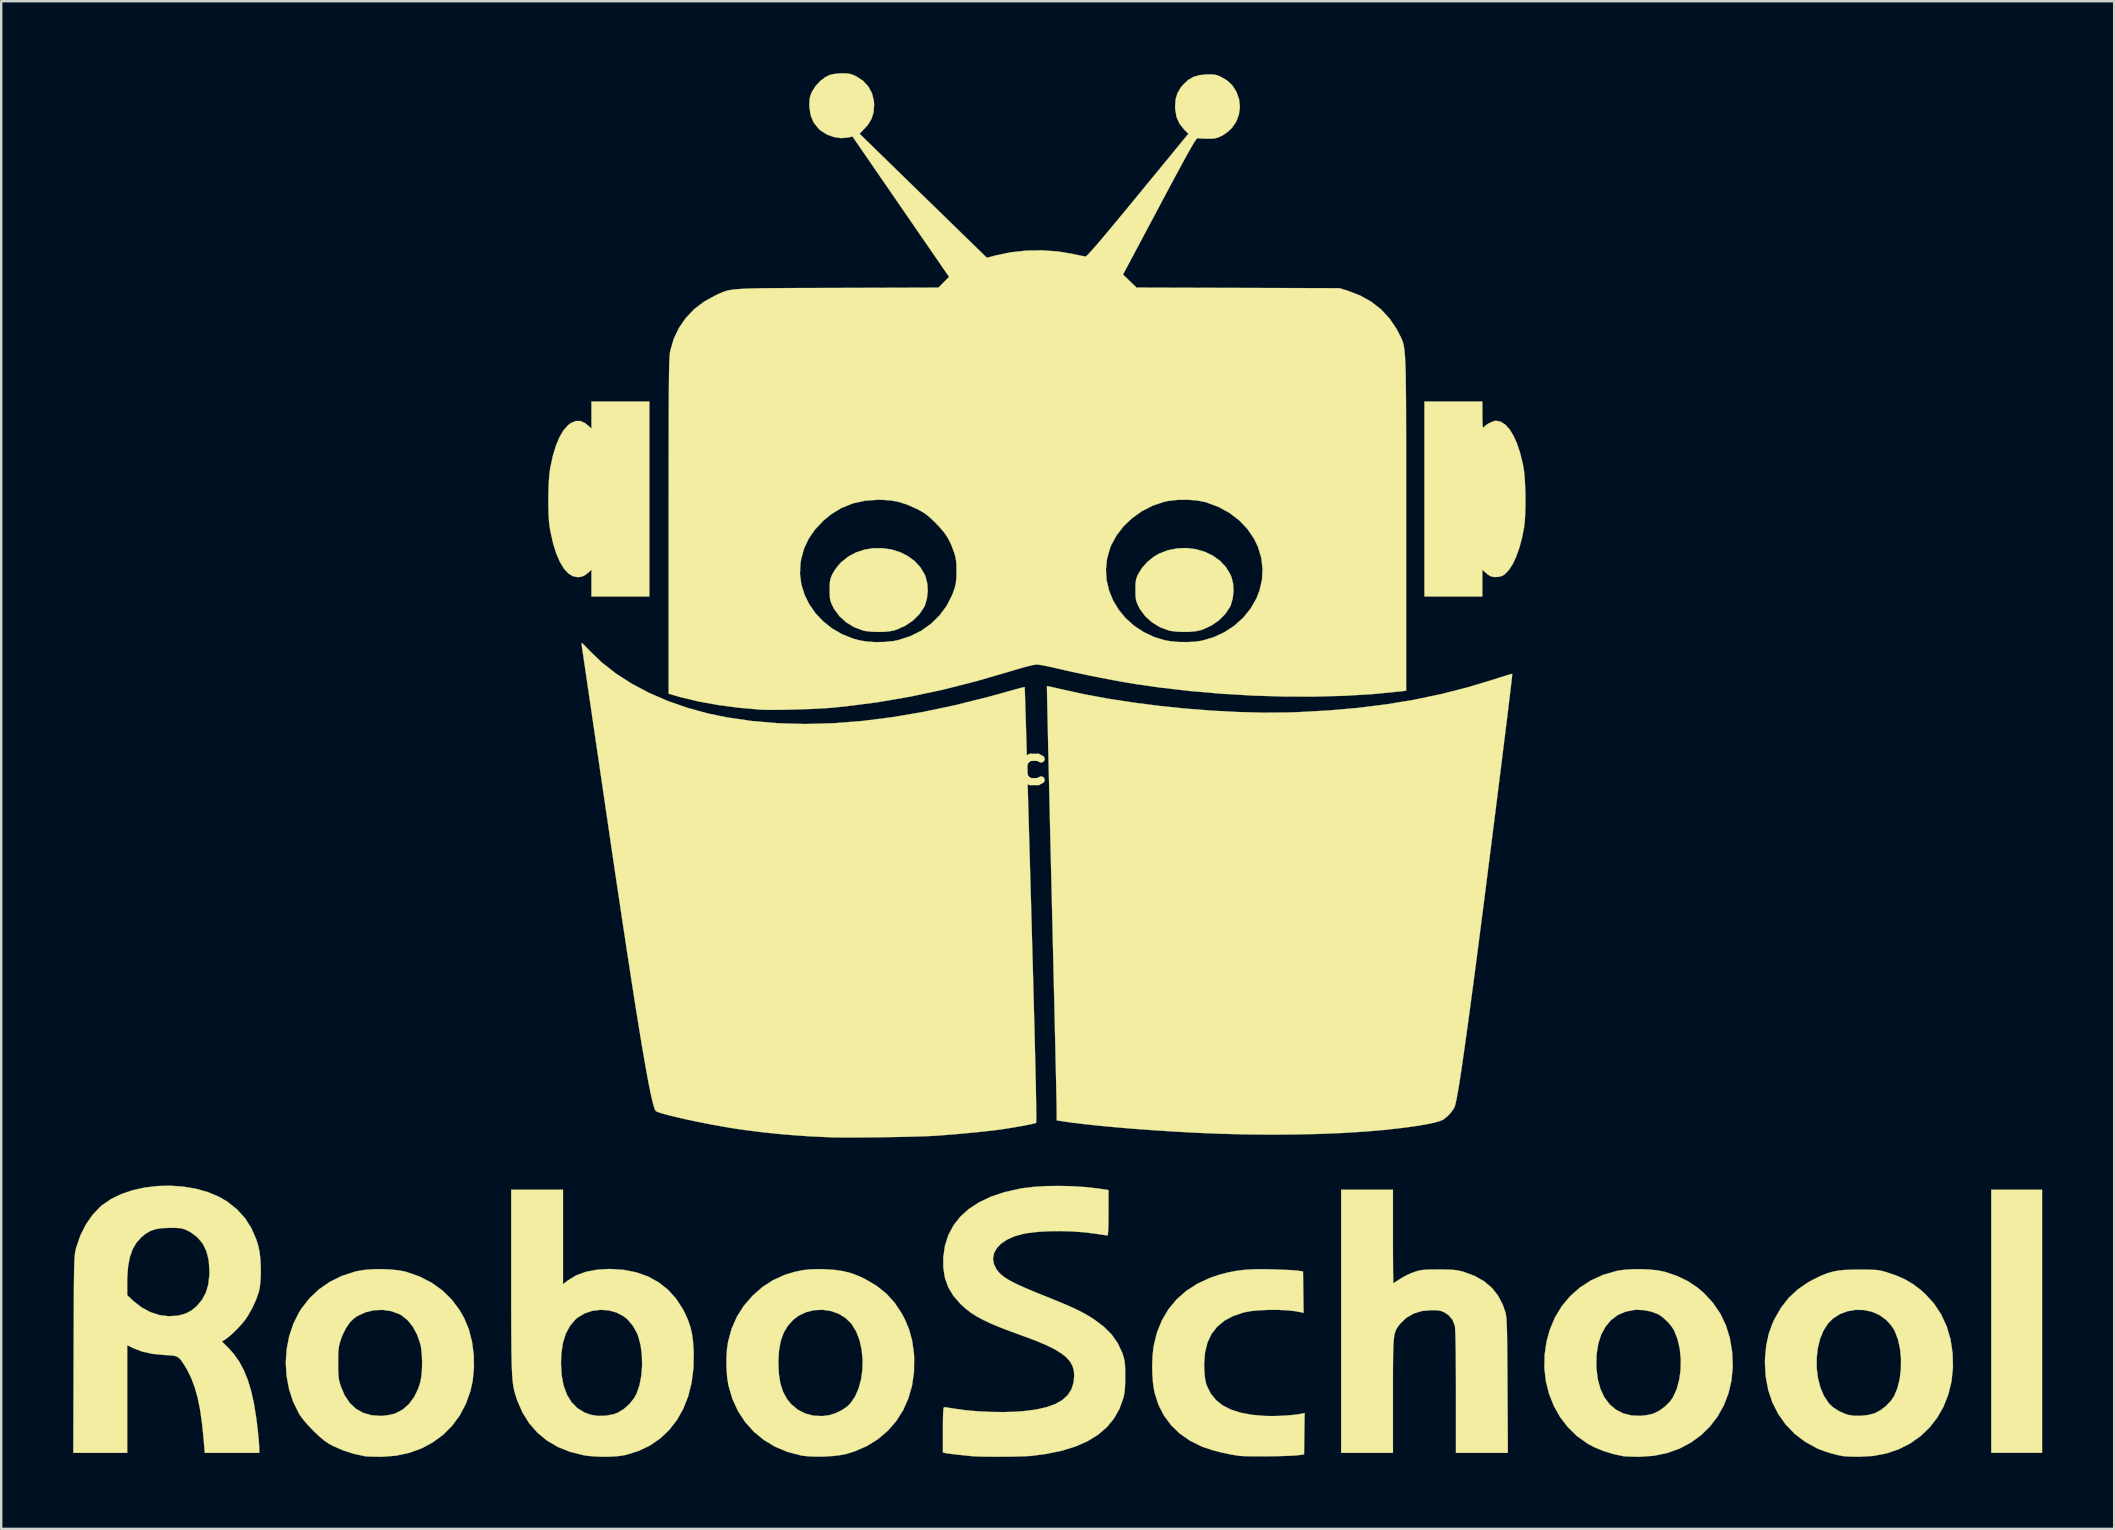
<source format=kicad_pcb>
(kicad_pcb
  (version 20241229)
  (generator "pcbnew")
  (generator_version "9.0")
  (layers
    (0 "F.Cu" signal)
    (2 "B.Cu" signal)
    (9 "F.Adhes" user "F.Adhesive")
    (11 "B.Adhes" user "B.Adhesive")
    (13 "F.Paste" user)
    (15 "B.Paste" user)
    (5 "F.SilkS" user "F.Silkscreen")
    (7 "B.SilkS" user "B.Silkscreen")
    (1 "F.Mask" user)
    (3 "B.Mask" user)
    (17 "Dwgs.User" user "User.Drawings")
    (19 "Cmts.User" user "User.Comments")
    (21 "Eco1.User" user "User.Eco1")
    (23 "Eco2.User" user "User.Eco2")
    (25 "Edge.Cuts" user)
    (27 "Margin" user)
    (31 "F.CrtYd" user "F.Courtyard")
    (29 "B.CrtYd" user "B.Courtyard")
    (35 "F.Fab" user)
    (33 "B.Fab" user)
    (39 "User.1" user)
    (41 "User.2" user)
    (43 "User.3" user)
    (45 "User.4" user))
  (footprint "roboscool_org"
    (layer "F.Cu")
    (at 41.028 28.834)
    (property "Reference" "roboscool_org" (at 0 0 0) (layer "F.SilkS") (effects (font (size 1.524 1.524) (thickness 0.3))))
    (attr through_hole)
    (fp_poly (pts (xy 41.021 28.66) (xy 38.904 28.66) (xy 38.904 17.695) (xy 41.021 17.695) (xy 41.021 28.66)) (stroke (width 0.01) (type solid)) (fill yes) (layer "F.SilkS"))
    (fp_poly (pts (xy -17.018 -7.027) (xy -19.431 -7.027) (xy -19.431 -8.144) (xy -19.547 -8.035) (xy -19.706 -7.91) (xy -19.857 -7.847) (xy -20.01 -7.832) (xy -20.212 -7.874) (xy -20.403 -7.996) (xy -20.581 -8.194) (xy -20.745 -8.466) (xy -20.893 -8.806) (xy -21.021 -9.211) (xy -21.128 -9.677) (xy -21.173 -9.927) (xy -21.2 -10.16) (xy -21.217 -10.456) (xy -21.227 -10.794) (xy -21.227 -11.153) (xy -21.22 -11.513) (xy -21.204 -11.851) (xy -21.18 -12.148) (xy -21.149 -12.382) (xy -21.149 -12.383) (xy -21.042 -12.878) (xy -20.912 -13.309) (xy -20.761 -13.67) (xy -20.59 -13.959) (xy -20.402 -14.17) (xy -20.287 -14.255) (xy -20.088 -14.339) (xy -19.898 -14.341) (xy -19.709 -14.26) (xy -19.567 -14.148) (xy -19.431 -14.021) (xy -19.431 -15.155) (xy -17.018 -15.155) (xy -17.018 -7.027)) (stroke (width 0.01) (type solid)) (fill yes) (layer "F.SilkS"))
    (fp_poly (pts (xy 5.763 -8.998) (xy 6.129 -8.89) (xy 6.466 -8.728) (xy 6.764 -8.513) (xy 7.011 -8.249) (xy 7.198 -7.939) (xy 7.243 -7.832) (xy 7.31 -7.559) (xy 7.326 -7.253) (xy 7.293 -6.945) (xy 7.213 -6.668) (xy 7.179 -6.593) (xy 6.984 -6.298) (xy 6.721 -6.035) (xy 6.404 -5.816) (xy 6.046 -5.652) (xy 5.93 -5.614) (xy 5.737 -5.576) (xy 5.491 -5.554) (xy 5.22 -5.55) (xy 4.954 -5.561) (xy 4.722 -5.59) (xy 4.626 -5.611) (xy 4.259 -5.748) (xy 3.929 -5.949) (xy 3.649 -6.202) (xy 3.43 -6.497) (xy 3.377 -6.596) (xy 3.313 -6.734) (xy 3.272 -6.847) (xy 3.25 -6.964) (xy 3.24 -7.112) (xy 3.239 -7.302) (xy 3.241 -7.507) (xy 3.252 -7.654) (xy 3.275 -7.769) (xy 3.317 -7.881) (xy 3.36 -7.973) (xy 3.52 -8.226) (xy 3.739 -8.469) (xy 3.993 -8.678) (xy 4.206 -8.805) (xy 4.588 -8.953) (xy 4.982 -9.032) (xy 5.377 -9.046) (xy 5.763 -8.998)) (stroke (width 0.01) (type solid)) (fill yes) (layer "F.SilkS"))
    (fp_poly (pts (xy -7.292 -9.04) (xy -6.922 -8.984) (xy -6.57 -8.874) (xy -6.245 -8.712) (xy -5.958 -8.499) (xy -5.719 -8.239) (xy -5.539 -7.931) (xy -5.503 -7.842) (xy -5.433 -7.561) (xy -5.416 -7.249) (xy -5.45 -6.938) (xy -5.533 -6.658) (xy -5.563 -6.593) (xy -5.758 -6.298) (xy -6.021 -6.035) (xy -6.338 -5.816) (xy -6.697 -5.652) (xy -6.813 -5.614) (xy -7.005 -5.576) (xy -7.252 -5.554) (xy -7.523 -5.55) (xy -7.789 -5.561) (xy -8.021 -5.59) (xy -8.117 -5.611) (xy -8.483 -5.748) (xy -8.813 -5.949) (xy -9.094 -6.202) (xy -9.312 -6.497) (xy -9.365 -6.596) (xy -9.43 -6.734) (xy -9.47 -6.847) (xy -9.493 -6.964) (xy -9.502 -7.112) (xy -9.504 -7.302) (xy -9.501 -7.507) (xy -9.491 -7.654) (xy -9.467 -7.769) (xy -9.426 -7.881) (xy -9.382 -7.973) (xy -9.286 -8.134) (xy -9.155 -8.309) (xy -9.029 -8.449) (xy -8.731 -8.689) (xy -8.398 -8.867) (xy -8.04 -8.983) (xy -7.668 -9.04) (xy -7.292 -9.04)) (stroke (width 0.01) (type solid)) (fill yes) (layer "F.SilkS"))
    (fp_poly (pts (xy 17.697 -14.573) (xy 17.699 -14.329) (xy 17.706 -14.164) (xy 17.718 -14.075) (xy 17.734 -14.056) (xy 17.741 -14.064) (xy 17.82 -14.148) (xy 17.95 -14.234) (xy 18.098 -14.306) (xy 18.231 -14.347) (xy 18.271 -14.351) (xy 18.466 -14.309) (xy 18.653 -14.187) (xy 18.831 -13.991) (xy 18.995 -13.724) (xy 19.143 -13.391) (xy 19.273 -12.998) (xy 19.382 -12.549) (xy 19.413 -12.383) (xy 19.445 -12.149) (xy 19.468 -11.852) (xy 19.484 -11.514) (xy 19.492 -11.154) (xy 19.491 -10.795) (xy 19.482 -10.456) (xy 19.464 -10.16) (xy 19.438 -9.927) (xy 19.35 -9.473) (xy 19.239 -9.059) (xy 19.109 -8.692) (xy 18.963 -8.381) (xy 18.805 -8.134) (xy 18.638 -7.959) (xy 18.539 -7.894) (xy 18.378 -7.844) (xy 18.197 -7.836) (xy 18.038 -7.871) (xy 18.021 -7.879) (xy 17.926 -7.941) (xy 17.82 -8.027) (xy 17.812 -8.035) (xy 17.695 -8.144) (xy 17.695 -7.027) (xy 15.282 -7.027) (xy 15.282 -15.155) (xy 17.695 -15.155) (xy 17.697 -14.573)) (stroke (width 0.01) (type solid)) (fill yes) (layer "F.SilkS"))
    (fp_poly (pts (xy 8.954 21.013) (xy 9.233 21.023) (xy 9.495 21.034) (xy 9.724 21.046) (xy 9.905 21.058) (xy 10.019 21.069) (xy 10.033 21.071) (xy 10.223 21.103) (xy 10.246 22.827) (xy 10.15 22.803) (xy 9.877 22.753) (xy 9.544 22.719) (xy 9.174 22.702) (xy 8.791 22.702) (xy 8.417 22.719) (xy 8.076 22.751) (xy 7.79 22.801) (xy 7.741 22.813) (xy 7.308 22.959) (xy 6.943 23.155) (xy 6.644 23.403) (xy 6.411 23.704) (xy 6.244 24.057) (xy 6.141 24.465) (xy 6.103 24.928) (xy 6.106 25.143) (xy 6.122 25.408) (xy 6.148 25.612) (xy 6.186 25.778) (xy 6.22 25.876) (xy 6.38 26.193) (xy 6.597 26.461) (xy 6.875 26.682) (xy 7.217 26.857) (xy 7.625 26.988) (xy 8.101 27.076) (xy 8.636 27.122) (xy 8.893 27.127) (xy 9.181 27.122) (xy 9.477 27.107) (xy 9.759 27.085) (xy 10.003 27.057) (xy 10.187 27.024) (xy 10.193 27.023) (xy 10.289 26.999) (xy 10.266 28.723) (xy 10.054 28.754) (xy 9.91 28.769) (xy 9.697 28.781) (xy 9.434 28.791) (xy 9.136 28.799) (xy 8.821 28.804) (xy 8.504 28.807) (xy 8.204 28.806) (xy 7.936 28.802) (xy 7.717 28.795) (xy 7.565 28.784) (xy 7.556 28.783) (xy 7.203 28.727) (xy 6.823 28.646) (xy 6.447 28.546) (xy 6.11 28.436) (xy 5.983 28.388) (xy 5.504 28.15) (xy 5.081 27.854) (xy 4.72 27.502) (xy 4.424 27.101) (xy 4.196 26.654) (xy 4.04 26.165) (xy 4.021 26.077) (xy 3.972 25.752) (xy 3.944 25.376) (xy 3.938 24.98) (xy 3.954 24.594) (xy 3.992 24.248) (xy 4 24.202) (xy 4.137 23.644) (xy 4.343 23.134) (xy 4.617 22.673) (xy 4.956 22.264) (xy 5.36 21.908) (xy 5.826 21.608) (xy 6.353 21.365) (xy 6.745 21.233) (xy 7.092 21.143) (xy 7.434 21.077) (xy 7.788 21.033) (xy 8.175 21.011) (xy 8.614 21.006) (xy 8.954 21.013)) (stroke (width 0.01) (type solid)) (fill yes) (layer "F.SilkS"))
    (fp_poly (pts (xy 13.97 19.643) (xy 13.97 20.04) (xy 13.971 20.409) (xy 13.973 20.744) (xy 13.975 21.034) (xy 13.977 21.272) (xy 13.98 21.45) (xy 13.983 21.558) (xy 13.986 21.59) (xy 14.026 21.568) (xy 14.117 21.51) (xy 14.243 21.428) (xy 14.272 21.409) (xy 14.458 21.3) (xy 14.676 21.194) (xy 14.859 21.123) (xy 14.988 21.083) (xy 15.105 21.055) (xy 15.231 21.036) (xy 15.383 21.025) (xy 15.58 21.02) (xy 15.841 21.019) (xy 15.875 21.018) (xy 16.152 21.02) (xy 16.364 21.026) (xy 16.531 21.038) (xy 16.671 21.058) (xy 16.806 21.087) (xy 16.91 21.116) (xy 17.367 21.283) (xy 17.757 21.502) (xy 18.083 21.774) (xy 18.346 22.102) (xy 18.547 22.486) (xy 18.655 22.797) (xy 18.67 22.855) (xy 18.682 22.924) (xy 18.693 23.011) (xy 18.703 23.122) (xy 18.71 23.263) (xy 18.717 23.441) (xy 18.723 23.663) (xy 18.728 23.935) (xy 18.732 24.263) (xy 18.735 24.655) (xy 18.739 25.116) (xy 18.742 25.652) (xy 18.743 25.855) (xy 18.759 28.66) (xy 16.595 28.66) (xy 16.595 26.122) (xy 16.594 25.495) (xy 16.591 24.946) (xy 16.587 24.476) (xy 16.581 24.087) (xy 16.574 23.779) (xy 16.565 23.553) (xy 16.555 23.41) (xy 16.549 23.369) (xy 16.459 23.127) (xy 16.301 22.934) (xy 16.113 22.806) (xy 16 22.756) (xy 15.876 22.727) (xy 15.712 22.715) (xy 15.579 22.713) (xy 15.187 22.748) (xy 14.837 22.854) (xy 14.534 23.028) (xy 14.281 23.268) (xy 14.243 23.316) (xy 14.187 23.39) (xy 14.139 23.46) (xy 14.099 23.533) (xy 14.066 23.615) (xy 14.039 23.714) (xy 14.018 23.836) (xy 14.001 23.99) (xy 13.989 24.182) (xy 13.981 24.419) (xy 13.975 24.707) (xy 13.972 25.055) (xy 13.97 25.47) (xy 13.97 25.957) (xy 13.97 26.297) (xy 13.97 28.66) (xy 11.811 28.66) (xy 11.811 17.695) (xy 13.97 17.695) (xy 13.97 19.643)) (stroke (width 0.01) (type solid)) (fill yes) (layer "F.SilkS"))
    (fp_poly (pts (xy 24.662 21.021) (xy 24.99 21.055) (xy 25.264 21.107) (xy 25.294 21.115) (xy 25.802 21.285) (xy 26.249 21.499) (xy 26.65 21.765) (xy 26.936 22.009) (xy 27.311 22.416) (xy 27.615 22.862) (xy 27.847 23.35) (xy 28.011 23.884) (xy 28.107 24.469) (xy 28.108 24.481) (xy 28.131 25.079) (xy 28.076 25.649) (xy 27.95 26.188) (xy 27.755 26.69) (xy 27.496 27.15) (xy 27.178 27.565) (xy 26.804 27.929) (xy 26.379 28.237) (xy 25.907 28.485) (xy 25.392 28.669) (xy 24.839 28.783) (xy 24.251 28.823) (xy 24.194 28.823) (xy 23.984 28.819) (xy 23.798 28.814) (xy 23.655 28.807) (xy 23.58 28.801) (xy 23.161 28.712) (xy 22.742 28.583) (xy 22.352 28.422) (xy 22.079 28.276) (xy 21.641 27.963) (xy 21.259 27.591) (xy 20.936 27.17) (xy 20.674 26.706) (xy 20.476 26.207) (xy 20.344 25.681) (xy 20.281 25.135) (xy 20.283 25.043) (xy 22.446 25.043) (xy 22.45 25.125) (xy 22.506 25.591) (xy 22.618 26) (xy 22.784 26.351) (xy 23 26.639) (xy 23.264 26.862) (xy 23.574 27.018) (xy 23.927 27.104) (xy 24.299 27.118) (xy 24.528 27.092) (xy 24.751 27.045) (xy 24.858 27.01) (xy 25.091 26.89) (xy 25.323 26.715) (xy 25.523 26.511) (xy 25.634 26.355) (xy 25.792 26.011) (xy 25.9 25.617) (xy 25.958 25.192) (xy 25.965 24.754) (xy 25.922 24.322) (xy 25.827 23.914) (xy 25.681 23.548) (xy 25.675 23.538) (xy 25.563 23.369) (xy 25.404 23.188) (xy 25.226 23.023) (xy 25.054 22.9) (xy 25.018 22.881) (xy 24.744 22.777) (xy 24.431 22.713) (xy 24.116 22.698) (xy 24.03 22.704) (xy 23.661 22.776) (xy 23.336 22.919) (xy 23.058 23.128) (xy 22.829 23.4) (xy 22.65 23.731) (xy 22.525 24.118) (xy 22.457 24.556) (xy 22.446 25.043) (xy 20.283 25.043) (xy 20.29 24.578) (xy 20.372 24.016) (xy 20.508 23.526) (xy 20.726 23.008) (xy 21.011 22.54) (xy 21.359 22.126) (xy 21.764 21.769) (xy 22.222 21.473) (xy 22.729 21.243) (xy 23.28 21.082) (xy 23.325 21.072) (xy 23.611 21.03) (xy 23.947 21.008) (xy 24.305 21.005) (xy 24.662 21.021)) (stroke (width 0.01) (type solid)) (fill yes) (layer "F.SilkS"))
    (fp_poly (pts (xy -9.694 21.009) (xy -9.288 21.036) (xy -8.937 21.088) (xy -8.615 21.171) (xy -8.293 21.292) (xy -8.022 21.42) (xy -7.551 21.696) (xy -7.145 22.021) (xy -6.798 22.402) (xy -6.502 22.846) (xy -6.371 23.093) (xy -6.189 23.529) (xy -6.066 23.987) (xy -5.996 24.488) (xy -5.982 24.684) (xy -5.989 25.286) (xy -6.071 25.857) (xy -6.223 26.392) (xy -6.444 26.887) (xy -6.73 27.337) (xy -7.078 27.738) (xy -7.485 28.085) (xy -7.947 28.373) (xy -8.461 28.598) (xy -8.805 28.705) (xy -9.065 28.756) (xy -9.381 28.793) (xy -9.727 28.814) (xy -10.074 28.818) (xy -10.398 28.805) (xy -10.669 28.774) (xy -10.696 28.769) (xy -11.258 28.622) (xy -11.776 28.406) (xy -12.245 28.124) (xy -12.662 27.781) (xy -13.022 27.38) (xy -13.32 26.927) (xy -13.553 26.424) (xy -13.716 25.876) (xy -13.72 25.86) (xy -13.773 25.528) (xy -13.802 25.15) (xy -13.804 24.913) (xy -11.642 24.913) (xy -11.621 25.374) (xy -11.557 25.77) (xy -11.448 26.11) (xy -11.289 26.403) (xy -11.123 26.614) (xy -10.849 26.85) (xy -10.533 27.017) (xy -10.185 27.11) (xy -9.812 27.128) (xy -9.517 27.089) (xy -9.259 27.009) (xy -9.004 26.885) (xy -8.779 26.733) (xy -8.649 26.609) (xy -8.45 26.322) (xy -8.299 25.979) (xy -8.195 25.596) (xy -8.139 25.188) (xy -8.131 24.77) (xy -8.171 24.358) (xy -8.259 23.966) (xy -8.395 23.609) (xy -8.58 23.303) (xy -8.614 23.26) (xy -8.857 23.028) (xy -9.146 22.856) (xy -9.466 22.746) (xy -9.804 22.699) (xy -10.147 22.715) (xy -10.48 22.795) (xy -10.788 22.941) (xy -11.019 23.113) (xy -11.246 23.364) (xy -11.42 23.657) (xy -11.541 23.998) (xy -11.614 24.395) (xy -11.641 24.857) (xy -11.642 24.913) (xy -13.804 24.913) (xy -13.806 24.757) (xy -13.786 24.379) (xy -13.741 24.049) (xy -13.736 24.024) (xy -13.586 23.479) (xy -13.367 22.982) (xy -13.078 22.528) (xy -12.715 22.11) (xy -12.703 22.098) (xy -12.297 21.744) (xy -11.866 21.465) (xy -11.397 21.253) (xy -11.281 21.213) (xy -10.945 21.113) (xy -10.626 21.047) (xy -10.299 21.012) (xy -9.933 21.003) (xy -9.694 21.009)) (stroke (width 0.01) (type solid)) (fill yes) (layer "F.SilkS"))
    (fp_poly (pts (xy -20.616 21.631) (xy -20.394 21.463) (xy -20.056 21.259) (xy -19.657 21.114) (xy -19.195 21.027) (xy -18.673 20.997) (xy -18.671 20.997) (xy -18.093 21.033) (xy -17.559 21.138) (xy -17.07 21.313) (xy -16.629 21.555) (xy -16.239 21.864) (xy -15.902 22.237) (xy -15.619 22.674) (xy -15.555 22.797) (xy -15.417 23.1) (xy -15.315 23.388) (xy -15.243 23.685) (xy -15.198 24.013) (xy -15.172 24.396) (xy -15.168 24.49) (xy -15.18 25.136) (xy -15.258 25.742) (xy -15.4 26.305) (xy -15.604 26.822) (xy -15.866 27.288) (xy -16.185 27.7) (xy -16.558 28.055) (xy -16.983 28.349) (xy -17.457 28.578) (xy -17.977 28.739) (xy -18.112 28.768) (xy -18.361 28.802) (xy -18.665 28.82) (xy -18.995 28.822) (xy -19.323 28.809) (xy -19.62 28.78) (xy -19.742 28.761) (xy -20.31 28.622) (xy -20.823 28.418) (xy -21.28 28.151) (xy -21.68 27.822) (xy -22.022 27.431) (xy -22.304 26.981) (xy -22.526 26.471) (xy -22.624 26.162) (xy -22.649 26.064) (xy -22.671 25.961) (xy -22.691 25.849) (xy -22.708 25.72) (xy -22.723 25.57) (xy -22.735 25.393) (xy -22.745 25.183) (xy -22.754 24.935) (xy -22.754 24.925) (xy -20.701 24.925) (xy -20.673 25.423) (xy -20.59 25.86) (xy -20.453 26.235) (xy -20.262 26.548) (xy -20.017 26.796) (xy -19.721 26.979) (xy -19.472 27.071) (xy -19.164 27.121) (xy -18.832 27.113) (xy -18.511 27.05) (xy -18.336 26.987) (xy -18.082 26.834) (xy -17.845 26.622) (xy -17.649 26.374) (xy -17.548 26.188) (xy -17.427 25.835) (xy -17.351 25.433) (xy -17.318 25.004) (xy -17.33 24.573) (xy -17.385 24.16) (xy -17.486 23.789) (xy -17.528 23.681) (xy -17.703 23.364) (xy -17.928 23.101) (xy -18.094 22.967) (xy -18.392 22.811) (xy -18.72 22.722) (xy -19.061 22.7) (xy -19.399 22.743) (xy -19.718 22.85) (xy -20.001 23.02) (xy -20.101 23.105) (xy -20.326 23.371) (xy -20.498 23.689) (xy -20.616 24.065) (xy -20.683 24.503) (xy -20.701 24.925) (xy -22.754 24.925) (xy -22.76 24.643) (xy -22.766 24.302) (xy -22.769 23.905) (xy -22.772 23.448) (xy -22.774 22.925) (xy -22.775 22.329) (xy -22.775 21.657) (xy -22.775 21.454) (xy -22.775 17.695) (xy -20.616 17.695) (xy -20.616 21.631)) (stroke (width 0.01) (type solid)) (fill yes) (layer "F.SilkS"))
    (fp_poly (pts (xy -27.793 21.02) (xy -27.466 21.053) (xy -27.193 21.105) (xy -27.157 21.115) (xy -26.597 21.31) (xy -26.092 21.569) (xy -25.644 21.89) (xy -25.255 22.271) (xy -24.925 22.712) (xy -24.728 23.059) (xy -24.538 23.523) (xy -24.407 24.032) (xy -24.336 24.569) (xy -24.327 25.115) (xy -24.38 25.654) (xy -24.473 26.082) (xy -24.662 26.613) (xy -24.917 27.097) (xy -25.235 27.528) (xy -25.609 27.904) (xy -26.036 28.22) (xy -26.51 28.474) (xy -27.025 28.661) (xy -27.578 28.779) (xy -28.163 28.823) (xy -28.258 28.823) (xy -28.467 28.819) (xy -28.653 28.814) (xy -28.796 28.807) (xy -28.871 28.801) (xy -29.328 28.702) (xy -29.784 28.555) (xy -30.206 28.37) (xy -30.387 28.272) (xy -30.57 28.144) (xy -30.782 27.966) (xy -31.007 27.753) (xy -31.225 27.526) (xy -31.42 27.302) (xy -31.572 27.099) (xy -31.617 27.027) (xy -31.86 26.534) (xy -32.033 26.007) (xy -32.136 25.459) (xy -32.168 24.913) (xy -29.986 24.913) (xy -29.985 25.17) (xy -29.979 25.363) (xy -29.967 25.513) (xy -29.945 25.642) (xy -29.912 25.77) (xy -29.874 25.89) (xy -29.713 26.269) (xy -29.502 26.581) (xy -29.245 26.823) (xy -28.942 26.994) (xy -28.595 27.094) (xy -28.207 27.12) (xy -28.152 27.118) (xy -27.919 27.092) (xy -27.694 27.043) (xy -27.591 27.01) (xy -27.293 26.853) (xy -27.033 26.624) (xy -26.816 26.33) (xy -26.646 25.975) (xy -26.558 25.696) (xy -26.517 25.463) (xy -26.493 25.177) (xy -26.487 24.866) (xy -26.499 24.56) (xy -26.528 24.287) (xy -26.56 24.13) (xy -26.692 23.742) (xy -26.871 23.408) (xy -27.09 23.134) (xy -27.345 22.93) (xy -27.433 22.881) (xy -27.771 22.755) (xy -28.133 22.702) (xy -28.502 22.719) (xy -28.859 22.807) (xy -29.188 22.961) (xy -29.325 23.055) (xy -29.498 23.226) (xy -29.661 23.463) (xy -29.802 23.747) (xy -29.874 23.939) (xy -29.919 24.082) (xy -29.95 24.208) (xy -29.97 24.339) (xy -29.981 24.495) (xy -29.985 24.697) (xy -29.986 24.913) (xy -32.168 24.913) (xy -32.169 24.901) (xy -32.132 24.344) (xy -32.027 23.8) (xy -31.853 23.28) (xy -31.609 22.794) (xy -31.52 22.653) (xy -31.182 22.22) (xy -30.786 21.846) (xy -30.336 21.534) (xy -29.838 21.288) (xy -29.297 21.112) (xy -29.126 21.073) (xy -28.839 21.03) (xy -28.504 21.008) (xy -28.147 21.004) (xy -27.793 21.02)) (stroke (width 0.01) (type solid)) (fill yes) (layer "F.SilkS"))
    (fp_poly (pts (xy 33.684 21.024) (xy 33.901 21.028) (xy 34.068 21.036) (xy 34.202 21.051) (xy 34.323 21.073) (xy 34.446 21.105) (xy 34.55 21.136) (xy 34.968 21.28) (xy 35.325 21.439) (xy 35.644 21.628) (xy 35.949 21.859) (xy 36.163 22.051) (xy 36.522 22.446) (xy 36.817 22.895) (xy 37.046 23.39) (xy 37.205 23.925) (xy 37.292 24.495) (xy 37.293 24.498) (xy 37.307 25.107) (xy 37.246 25.685) (xy 37.114 26.228) (xy 36.916 26.731) (xy 36.654 27.191) (xy 36.333 27.603) (xy 35.957 27.963) (xy 35.529 28.266) (xy 35.054 28.507) (xy 34.536 28.684) (xy 33.978 28.79) (xy 33.385 28.822) (xy 33.38 28.822) (xy 33.168 28.818) (xy 32.976 28.813) (xy 32.826 28.805) (xy 32.745 28.799) (xy 32.507 28.753) (xy 32.23 28.681) (xy 31.95 28.592) (xy 31.703 28.499) (xy 31.639 28.471) (xy 31.147 28.199) (xy 30.713 27.868) (xy 30.339 27.482) (xy 30.029 27.046) (xy 29.784 26.563) (xy 29.608 26.04) (xy 29.503 25.48) (xy 29.471 24.887) (xy 29.476 24.72) (xy 31.627 24.72) (xy 31.63 25.141) (xy 31.683 25.555) (xy 31.785 25.945) (xy 31.936 26.298) (xy 32.136 26.597) (xy 32.145 26.608) (xy 32.329 26.776) (xy 32.567 26.926) (xy 32.832 27.042) (xy 32.956 27.08) (xy 33.202 27.116) (xy 33.486 27.116) (xy 33.773 27.082) (xy 34.027 27.017) (xy 34.046 27.01) (xy 34.288 26.884) (xy 34.524 26.7) (xy 34.729 26.482) (xy 34.854 26.296) (xy 34.993 25.966) (xy 35.088 25.584) (xy 35.137 25.17) (xy 35.142 24.744) (xy 35.102 24.326) (xy 35.016 23.936) (xy 34.886 23.594) (xy 34.854 23.53) (xy 34.759 23.387) (xy 34.628 23.229) (xy 34.514 23.113) (xy 34.236 22.913) (xy 33.922 22.778) (xy 33.587 22.708) (xy 33.244 22.702) (xy 32.908 22.76) (xy 32.591 22.88) (xy 32.309 23.061) (xy 32.109 23.26) (xy 31.914 23.561) (xy 31.768 23.914) (xy 31.673 24.306) (xy 31.627 24.72) (xy 29.476 24.72) (xy 29.477 24.684) (xy 29.53 24.163) (xy 29.633 23.691) (xy 29.793 23.25) (xy 29.866 23.093) (xy 30.14 22.614) (xy 30.46 22.203) (xy 30.836 21.852) (xy 31.274 21.552) (xy 31.517 21.42) (xy 31.792 21.288) (xy 32.035 21.188) (xy 32.268 21.117) (xy 32.509 21.068) (xy 32.779 21.039) (xy 33.098 21.026) (xy 33.401 21.023) (xy 33.684 21.024)) (stroke (width 0.01) (type solid)) (fill yes) (layer "F.SilkS"))
    (fp_poly (pts (xy 18.939 -3.759) (xy 18.926 -3.635) (xy 18.904 -3.439) (xy 18.873 -3.174) (xy 18.834 -2.847) (xy 18.787 -2.461) (xy 18.734 -2.024) (xy 18.674 -1.539) (xy 18.609 -1.013) (xy 18.539 -0.45) (xy 18.465 0.144) (xy 18.387 0.764) (xy 18.307 1.405) (xy 18.224 2.062) (xy 18.14 2.728) (xy 18.055 3.399) (xy 17.97 4.07) (xy 17.885 4.736) (xy 17.802 5.39) (xy 17.72 6.028) (xy 17.64 6.645) (xy 17.564 7.235) (xy 17.492 7.793) (xy 17.424 8.314) (xy 17.361 8.792) (xy 17.314 9.144) (xy 17.204 9.965) (xy 17.104 10.705) (xy 17.012 11.367) (xy 16.93 11.953) (xy 16.856 12.466) (xy 16.79 12.91) (xy 16.731 13.286) (xy 16.679 13.598) (xy 16.634 13.849) (xy 16.594 14.042) (xy 16.561 14.179) (xy 16.533 14.263) (xy 16.527 14.274) (xy 16.408 14.453) (xy 16.247 14.629) (xy 16.079 14.766) (xy 16.065 14.775) (xy 15.928 14.834) (xy 15.707 14.897) (xy 15.404 14.961) (xy 15.02 15.027) (xy 14.555 15.095) (xy 14.43 15.111) (xy 13.649 15.2) (xy 12.794 15.273) (xy 11.875 15.33) (xy 10.9 15.37) (xy 9.878 15.393) (xy 8.82 15.399) (xy 7.733 15.387) (xy 6.822 15.364) (xy 6.193 15.34) (xy 5.533 15.309) (xy 4.855 15.271) (xy 4.171 15.228) (xy 3.492 15.18) (xy 2.83 15.128) (xy 2.197 15.072) (xy 1.605 15.015) (xy 1.065 14.957) (xy 0.589 14.899) (xy 0.286 14.856) (xy -0.042 14.806) (xy -0.043 14.378) (xy -0.044 14.293) (xy -0.047 14.128) (xy -0.052 13.887) (xy -0.059 13.574) (xy -0.067 13.193) (xy -0.077 12.749) (xy -0.089 12.246) (xy -0.101 11.687) (xy -0.116 11.078) (xy -0.131 10.423) (xy -0.147 9.725) (xy -0.165 8.989) (xy -0.183 8.22) (xy -0.202 7.421) (xy -0.222 6.596) (xy -0.242 5.751) (xy -0.252 5.335) (xy -0.273 4.488) (xy -0.293 3.663) (xy -0.312 2.865) (xy -0.33 2.097) (xy -0.347 1.364) (xy -0.363 0.67) (xy -0.379 0.018) (xy -0.393 -0.587) (xy -0.405 -1.142) (xy -0.416 -1.642) (xy -0.426 -2.084) (xy -0.434 -2.463) (xy -0.441 -2.776) (xy -0.445 -3.018) (xy -0.448 -3.186) (xy -0.449 -3.276) (xy -0.449 -3.291) (xy -0.406 -3.286) (xy -0.295 -3.264) (xy -0.131 -3.228) (xy 0.071 -3.181) (xy 0.173 -3.157) (xy 1.105 -2.952) (xy 2.102 -2.768) (xy 3.149 -2.607) (xy 4.228 -2.469) (xy 5.323 -2.356) (xy 6.417 -2.27) (xy 7.494 -2.213) (xy 8.536 -2.186) (xy 9.527 -2.192) (xy 9.915 -2.203) (xy 11.233 -2.274) (xy 12.486 -2.382) (xy 13.685 -2.531) (xy 14.84 -2.721) (xy 15.962 -2.956) (xy 17.064 -3.236) (xy 18.155 -3.563) (xy 18.276 -3.603) (xy 18.496 -3.674) (xy 18.686 -3.733) (xy 18.832 -3.777) (xy 18.921 -3.8) (xy 18.942 -3.803) (xy 18.939 -3.759)) (stroke (width 0.01) (type solid)) (fill yes) (layer "F.SilkS"))
    (fp_poly (pts (xy -36.43 17.567) (xy -35.908 17.655) (xy -35.412 17.795) (xy -34.955 17.987) (xy -34.602 18.193) (xy -34.202 18.512) (xy -33.869 18.879) (xy -33.601 19.297) (xy -33.395 19.772) (xy -33.311 20.045) (xy -33.262 20.288) (xy -33.228 20.584) (xy -33.211 20.908) (xy -33.21 21.236) (xy -33.226 21.544) (xy -33.259 21.806) (xy -33.286 21.929) (xy -33.4 22.264) (xy -33.56 22.617) (xy -33.748 22.949) (xy -33.843 23.091) (xy -33.976 23.259) (xy -34.143 23.445) (xy -34.325 23.627) (xy -34.503 23.789) (xy -34.656 23.91) (xy -34.707 23.943) (xy -34.833 24.017) (xy -34.59 24.257) (xy -34.33 24.544) (xy -34.105 24.866) (xy -33.911 25.229) (xy -33.745 25.64) (xy -33.606 26.107) (xy -33.49 26.638) (xy -33.394 27.239) (xy -33.337 27.717) (xy -33.314 27.948) (xy -33.294 28.164) (xy -33.281 28.344) (xy -33.275 28.466) (xy -33.274 28.48) (xy -33.274 28.66) (xy -35.544 28.66) (xy -35.597 28.035) (xy -35.662 27.406) (xy -35.742 26.851) (xy -35.842 26.361) (xy -35.964 25.929) (xy -36.109 25.544) (xy -36.279 25.198) (xy -36.387 25.019) (xy -36.493 24.856) (xy -36.58 24.743) (xy -36.668 24.669) (xy -36.774 24.626) (xy -36.918 24.602) (xy -37.12 24.588) (xy -37.232 24.582) (xy -37.729 24.534) (xy -38.163 24.437) (xy -38.54 24.291) (xy -38.569 24.276) (xy -38.777 24.171) (xy -38.777 28.66) (xy -41.023 28.66) (xy -41.01 24.564) (xy -41.008 23.884) (xy -41.006 23.284) (xy -41.004 22.757) (xy -41.002 22.299) (xy -41.001 22.088) (xy -38.777 22.088) (xy -38.505 22.343) (xy -38.173 22.603) (xy -37.811 22.796) (xy -37.432 22.919) (xy -37.045 22.968) (xy -36.663 22.942) (xy -36.342 22.856) (xy -36.09 22.721) (xy -35.884 22.549) (xy -35.661 22.285) (xy -35.5 21.988) (xy -35.399 21.647) (xy -35.353 21.252) (xy -35.349 21.082) (xy -35.38 20.648) (xy -35.471 20.272) (xy -35.624 19.952) (xy -35.84 19.688) (xy -36.119 19.477) (xy -36.275 19.394) (xy -36.388 19.345) (xy -36.492 19.313) (xy -36.608 19.294) (xy -36.761 19.286) (xy -36.973 19.284) (xy -36.999 19.284) (xy -37.325 19.297) (xy -37.589 19.338) (xy -37.811 19.414) (xy -38.013 19.532) (xy -38.181 19.669) (xy -38.388 19.897) (xy -38.549 20.171) (xy -38.665 20.497) (xy -38.739 20.884) (xy -38.774 21.336) (xy -38.777 21.532) (xy -38.777 22.088) (xy -41.001 22.088) (xy -40.999 21.903) (xy -40.997 21.566) (xy -40.993 21.281) (xy -40.989 21.042) (xy -40.985 20.845) (xy -40.979 20.684) (xy -40.972 20.553) (xy -40.964 20.448) (xy -40.955 20.363) (xy -40.944 20.292) (xy -40.932 20.229) (xy -40.918 20.171) (xy -40.902 20.11) (xy -40.902 20.108) (xy -40.734 19.611) (xy -40.506 19.154) (xy -40.225 18.747) (xy -39.898 18.403) (xy -39.83 18.344) (xy -39.456 18.086) (xy -39.025 17.876) (xy -38.549 17.715) (xy -38.039 17.603) (xy -37.508 17.541) (xy -36.968 17.528) (xy -36.43 17.567)) (stroke (width 0.01) (type solid)) (fill yes) (layer "F.SilkS"))
    (fp_poly (pts (xy -19.807 -5.071) (xy -19.744 -5.014) (xy -19.641 -4.907) (xy -19.516 -4.774) (xy -18.995 -4.274) (xy -18.403 -3.812) (xy -17.745 -3.389) (xy -17.026 -3.009) (xy -16.254 -2.674) (xy -15.433 -2.387) (xy -14.569 -2.151) (xy -13.801 -1.992) (xy -12.739 -1.837) (xy -11.646 -1.744) (xy -10.519 -1.713) (xy -9.354 -1.745) (xy -8.149 -1.839) (xy -6.901 -1.996) (xy -5.608 -2.216) (xy -4.266 -2.5) (xy -2.873 -2.848) (xy -2.077 -3.068) (xy -1.85 -3.132) (xy -1.653 -3.186) (xy -1.499 -3.226) (xy -1.403 -3.249) (xy -1.377 -3.252) (xy -1.374 -3.209) (xy -1.37 -3.085) (xy -1.363 -2.885) (xy -1.354 -2.611) (xy -1.344 -2.268) (xy -1.331 -1.86) (xy -1.317 -1.391) (xy -1.302 -0.864) (xy -1.285 -0.284) (xy -1.266 0.346) (xy -1.247 1.022) (xy -1.226 1.74) (xy -1.204 2.496) (xy -1.182 3.286) (xy -1.159 4.107) (xy -1.135 4.954) (xy -1.11 5.821) (xy -1.079 6.951) (xy -1.05 7.999) (xy -1.023 8.966) (xy -0.999 9.852) (xy -0.978 10.661) (xy -0.959 11.394) (xy -0.943 12.052) (xy -0.929 12.637) (xy -0.917 13.152) (xy -0.908 13.596) (xy -0.901 13.973) (xy -0.896 14.284) (xy -0.894 14.53) (xy -0.893 14.714) (xy -0.895 14.836) (xy -0.899 14.899) (xy -0.902 14.909) (xy -0.965 14.93) (xy -1.096 14.96) (xy -1.282 14.998) (xy -1.506 15.041) (xy -1.754 15.085) (xy -2.011 15.128) (xy -2.263 15.167) (xy -2.307 15.174) (xy -2.582 15.21) (xy -2.923 15.25) (xy -3.311 15.292) (xy -3.727 15.333) (xy -4.151 15.372) (xy -4.566 15.406) (xy -4.952 15.436) (xy -5.186 15.451) (xy -5.416 15.462) (xy -5.717 15.473) (xy -6.074 15.483) (xy -6.473 15.493) (xy -6.9 15.501) (xy -7.34 15.508) (xy -7.779 15.513) (xy -8.204 15.517) (xy -8.599 15.518) (xy -8.951 15.518) (xy -9.245 15.515) (xy -9.44 15.511) (xy -10.376 15.468) (xy -11.325 15.399) (xy -12.26 15.306) (xy -13.153 15.192) (xy -13.568 15.129) (xy -13.943 15.066) (xy -14.332 14.996) (xy -14.723 14.921) (xy -15.107 14.843) (xy -15.474 14.765) (xy -15.814 14.688) (xy -16.117 14.615) (xy -16.372 14.548) (xy -16.57 14.49) (xy -16.701 14.442) (xy -16.742 14.42) (xy -16.775 14.374) (xy -16.813 14.278) (xy -16.857 14.13) (xy -16.908 13.929) (xy -16.965 13.673) (xy -17.029 13.36) (xy -17.1 12.988) (xy -17.178 12.555) (xy -17.264 12.061) (xy -17.359 11.502) (xy -17.461 10.877) (xy -17.573 10.184) (xy -17.693 9.422) (xy -17.822 8.588) (xy -17.961 7.682) (xy -18.11 6.7) (xy -18.269 5.642) (xy -18.439 4.505) (xy -18.619 3.289) (xy -18.81 1.99) (xy -18.816 1.947) (xy -18.926 1.197) (xy -19.033 0.468) (xy -19.136 -0.235) (xy -19.235 -0.907) (xy -19.329 -1.544) (xy -19.417 -2.142) (xy -19.498 -2.696) (xy -19.573 -3.201) (xy -19.639 -3.654) (xy -19.697 -4.048) (xy -19.746 -4.38) (xy -19.785 -4.646) (xy -19.814 -4.84) (xy -19.832 -4.959) (xy -19.837 -4.995) (xy -19.845 -5.055) (xy -19.838 -5.082) (xy -19.807 -5.071)) (stroke (width 0.01) (type solid)) (fill yes) (layer "F.SilkS"))
    (fp_poly (pts (xy 0.595 17.548) (xy 1.136 17.583) (xy 1.645 17.639) (xy 1.789 17.659) (xy 2.117 17.711) (xy 2.117 18.655) (xy 2.115 18.994) (xy 2.109 19.262) (xy 2.1 19.454) (xy 2.088 19.568) (xy 2.074 19.6) (xy 2.016 19.594) (xy 1.895 19.577) (xy 1.732 19.552) (xy 1.636 19.537) (xy 1.161 19.475) (xy 0.657 19.436) (xy 0.144 19.419) (xy -0.359 19.424) (xy -0.831 19.452) (xy -1.251 19.502) (xy -1.442 19.537) (xy -1.806 19.638) (xy -2.112 19.775) (xy -2.358 19.94) (xy -2.54 20.13) (xy -2.654 20.337) (xy -2.697 20.557) (xy -2.664 20.783) (xy -2.553 21.01) (xy -2.461 21.129) (xy -2.358 21.232) (xy -2.229 21.335) (xy -2.066 21.44) (xy -1.861 21.552) (xy -1.606 21.675) (xy -1.294 21.814) (xy -0.915 21.973) (xy -0.572 22.111) (xy -0.157 22.278) (xy 0.19 22.421) (xy 0.481 22.546) (xy 0.726 22.657) (xy 0.938 22.761) (xy 1.128 22.862) (xy 1.307 22.967) (xy 1.486 23.08) (xy 1.503 23.09) (xy 1.913 23.395) (xy 2.245 23.726) (xy 2.501 24.087) (xy 2.687 24.484) (xy 2.714 24.561) (xy 2.755 24.698) (xy 2.784 24.826) (xy 2.801 24.965) (xy 2.811 25.137) (xy 2.814 25.363) (xy 2.814 25.485) (xy 2.81 25.783) (xy 2.797 26.016) (xy 2.774 26.203) (xy 2.74 26.362) (xy 2.737 26.374) (xy 2.572 26.827) (xy 2.342 27.233) (xy 2.045 27.592) (xy 1.681 27.905) (xy 1.249 28.172) (xy 0.748 28.393) (xy 0.176 28.571) (xy -0.467 28.704) (xy -1.095 28.786) (xy -1.262 28.797) (xy -1.495 28.807) (xy -1.778 28.814) (xy -2.091 28.819) (xy -2.416 28.821) (xy -2.737 28.821) (xy -3.033 28.818) (xy -3.289 28.813) (xy -3.485 28.804) (xy -3.535 28.801) (xy -3.708 28.785) (xy -3.914 28.764) (xy -4.132 28.74) (xy -4.339 28.716) (xy -4.515 28.695) (xy -4.637 28.677) (xy -4.667 28.672) (xy -4.784 28.649) (xy -4.784 27.702) (xy -4.783 27.38) (xy -4.779 27.134) (xy -4.773 26.956) (xy -4.763 26.84) (xy -4.749 26.775) (xy -4.731 26.755) (xy -4.731 26.755) (xy -4.667 26.762) (xy -4.543 26.78) (xy -4.381 26.807) (xy -4.318 26.817) (xy -3.862 26.881) (xy -3.35 26.927) (xy -2.811 26.954) (xy -2.272 26.961) (xy -1.76 26.947) (xy -1.418 26.922) (xy -0.903 26.855) (xy -0.464 26.756) (xy -0.1 26.624) (xy 0.192 26.458) (xy 0.415 26.256) (xy 0.57 26.016) (xy 0.66 25.736) (xy 0.689 25.445) (xy 0.672 25.231) (xy 0.614 25.035) (xy 0.511 24.852) (xy 0.356 24.678) (xy 0.145 24.51) (xy -0.127 24.344) (xy -0.466 24.176) (xy -0.877 24.002) (xy -1.365 23.817) (xy -1.503 23.768) (xy -2.003 23.586) (xy -2.431 23.421) (xy -2.796 23.268) (xy -3.107 23.121) (xy -3.374 22.976) (xy -3.606 22.829) (xy -3.812 22.673) (xy -4.001 22.505) (xy -4.068 22.44) (xy -4.355 22.107) (xy -4.565 21.753) (xy -4.701 21.37) (xy -4.767 20.95) (xy -4.769 20.524) (xy -4.702 20.038) (xy -4.561 19.592) (xy -4.347 19.186) (xy -4.061 18.821) (xy -3.705 18.498) (xy -3.279 18.22) (xy -2.785 17.985) (xy -2.224 17.797) (xy -1.598 17.655) (xy -1.439 17.628) (xy -0.996 17.575) (xy -0.494 17.544) (xy 0.044 17.536) (xy 0.595 17.548)) (stroke (width 0.01) (type solid)) (fill yes) (layer "F.SilkS"))
    (fp_poly (pts (xy -8.785 -28.823) (xy -8.641 -28.801) (xy -8.503 -28.753) (xy -8.391 -28.7) (xy -8.109 -28.515) (xy -7.889 -28.276) (xy -7.738 -27.993) (xy -7.66 -27.673) (xy -7.651 -27.525) (xy -7.674 -27.205) (xy -7.758 -26.931) (xy -7.91 -26.683) (xy -8.029 -26.548) (xy -8.256 -26.313) (xy -8.097 -26.155) (xy -8.042 -26.101) (xy -7.932 -25.993) (xy -7.77 -25.836) (xy -7.563 -25.633) (xy -7.314 -25.391) (xy -7.029 -25.113) (xy -6.713 -24.805) (xy -6.37 -24.47) (xy -6.005 -24.115) (xy -5.624 -23.744) (xy -5.444 -23.569) (xy -2.951 -21.141) (xy -2.587 -21.239) (xy -1.97 -21.368) (xy -1.316 -21.44) (xy -0.648 -21.452) (xy 0.01 -21.405) (xy 0.572 -21.312) (xy 0.775 -21.269) (xy 0.954 -21.232) (xy 1.088 -21.207) (xy 1.16 -21.195) (xy 1.16 -21.195) (xy 1.192 -21.214) (xy 1.257 -21.274) (xy 1.357 -21.38) (xy 1.493 -21.532) (xy 1.668 -21.735) (xy 1.885 -21.989) (xy 2.145 -22.299) (xy 2.45 -22.666) (xy 2.804 -23.093) (xy 3.207 -23.583) (xy 3.343 -23.749) (xy 5.446 -26.31) (xy 5.28 -26.473) (xy 5.078 -26.724) (xy 4.95 -27.009) (xy 4.895 -27.336) (xy 4.892 -27.453) (xy 4.915 -27.752) (xy 4.989 -28.002) (xy 5.122 -28.228) (xy 5.243 -28.372) (xy 5.445 -28.558) (xy 5.662 -28.681) (xy 5.916 -28.753) (xy 6.189 -28.78) (xy 6.383 -28.784) (xy 6.523 -28.776) (xy 6.639 -28.75) (xy 6.761 -28.701) (xy 6.784 -28.691) (xy 7.063 -28.53) (xy 7.279 -28.324) (xy 7.447 -28.06) (xy 7.452 -28.049) (xy 7.56 -27.739) (xy 7.592 -27.418) (xy 7.549 -27.1) (xy 7.434 -26.802) (xy 7.255 -26.546) (xy 7.09 -26.392) (xy 6.899 -26.258) (xy 6.824 -26.217) (xy 6.683 -26.154) (xy 6.558 -26.119) (xy 6.415 -26.105) (xy 6.244 -26.104) (xy 6.074 -26.109) (xy 5.93 -26.116) (xy 5.839 -26.124) (xy 5.829 -26.125) (xy 5.808 -26.117) (xy 5.775 -26.081) (xy 5.728 -26.015) (xy 5.663 -25.912) (xy 5.579 -25.771) (xy 5.473 -25.584) (xy 5.343 -25.349) (xy 5.185 -25.061) (xy 4.998 -24.716) (xy 4.779 -24.309) (xy 4.526 -23.835) (xy 4.237 -23.292) (xy 2.721 -20.443) (xy 3.285 -19.899) (xy 7.516 -19.887) (xy 11.748 -19.874) (xy 12.061 -19.777) (xy 12.592 -19.575) (xy 13.065 -19.311) (xy 13.479 -18.988) (xy 13.833 -18.606) (xy 14.126 -18.167) (xy 14.207 -18.013) (xy 14.246 -17.935) (xy 14.282 -17.866) (xy 14.314 -17.801) (xy 14.344 -17.736) (xy 14.37 -17.667) (xy 14.394 -17.591) (xy 14.415 -17.503) (xy 14.434 -17.399) (xy 14.45 -17.275) (xy 14.464 -17.128) (xy 14.476 -16.953) (xy 14.486 -16.747) (xy 14.495 -16.505) (xy 14.502 -16.223) (xy 14.507 -15.898) (xy 14.511 -15.525) (xy 14.515 -15.1) (xy 14.517 -14.62) (xy 14.518 -14.081) (xy 14.519 -13.477) (xy 14.52 -12.807) (xy 14.52 -12.064) (xy 14.52 -11.246) (xy 14.52 -10.349) (xy 14.52 -10.07) (xy 14.52 -3.1) (xy 14.298 -3.074) (xy 13.163 -2.962) (xy 11.966 -2.889) (xy 10.72 -2.855) (xy 9.439 -2.857) (xy 8.135 -2.897) (xy 6.822 -2.974) (xy 5.514 -3.088) (xy 4.223 -3.237) (xy 3.302 -3.369) (xy 2.856 -3.442) (xy 2.353 -3.532) (xy 1.819 -3.634) (xy 1.278 -3.742) (xy 0.754 -3.852) (xy 0.275 -3.959) (xy 0.013 -4.021) (xy -0.234 -4.078) (xy -0.466 -4.127) (xy -0.666 -4.165) (xy -0.814 -4.187) (xy -0.875 -4.191) (xy -0.982 -4.178) (xy -1.156 -4.14) (xy -1.388 -4.081) (xy -1.664 -4.003) (xy -1.939 -3.92) (xy -3.383 -3.499) (xy -4.785 -3.143) (xy -6.157 -2.851) (xy -7.508 -2.619) (xy -8.848 -2.447) (xy -9.419 -2.391) (xy -9.676 -2.371) (xy -9.987 -2.353) (xy -10.335 -2.337) (xy -10.704 -2.324) (xy -11.078 -2.313) (xy -11.441 -2.306) (xy -11.776 -2.302) (xy -12.066 -2.303) (xy -12.297 -2.308) (xy -12.383 -2.312) (xy -13.288 -2.39) (xy -14.155 -2.504) (xy -14.972 -2.653) (xy -15.725 -2.834) (xy -15.907 -2.886) (xy -16.214 -2.976) (xy -16.214 -7.972) (xy -10.741 -7.972) (xy -10.684 -7.531) (xy -10.553 -7.105) (xy -10.354 -6.701) (xy -10.092 -6.327) (xy -9.773 -5.99) (xy -9.402 -5.696) (xy -8.984 -5.454) (xy -8.526 -5.271) (xy -8.305 -5.209) (xy -7.974 -5.151) (xy -7.598 -5.125) (xy -7.211 -5.132) (xy -6.847 -5.169) (xy -6.658 -5.206) (xy -6.154 -5.368) (xy -5.693 -5.596) (xy -5.282 -5.888) (xy -4.925 -6.237) (xy -4.629 -6.638) (xy -4.4 -7.087) (xy -4.335 -7.261) (xy -4.281 -7.428) (xy -4.247 -7.574) (xy -4.228 -7.729) (xy -4.219 -7.919) (xy -4.218 -8.086) (xy -4.219 -8.146) (xy 2.009 -8.146) (xy 2.039 -7.702) (xy 2.141 -7.27) (xy 2.31 -6.858) (xy 2.543 -6.472) (xy 2.835 -6.12) (xy 3.182 -5.809) (xy 3.58 -5.546) (xy 4.025 -5.337) (xy 4.437 -5.209) (xy 4.716 -5.159) (xy 5.045 -5.132) (xy 5.391 -5.126) (xy 5.722 -5.144) (xy 6.005 -5.184) (xy 6.495 -5.328) (xy 6.952 -5.54) (xy 7.367 -5.815) (xy 7.732 -6.145) (xy 8.039 -6.524) (xy 8.28 -6.945) (xy 8.407 -7.266) (xy 8.512 -7.717) (xy 8.536 -8.179) (xy 8.481 -8.64) (xy 8.348 -9.086) (xy 8.19 -9.419) (xy 7.911 -9.833) (xy 7.566 -10.197) (xy 7.162 -10.507) (xy 6.708 -10.757) (xy 6.21 -10.943) (xy 6.117 -10.968) (xy 5.782 -11.031) (xy 5.402 -11.06) (xy 5.011 -11.054) (xy 4.641 -11.015) (xy 4.424 -10.969) (xy 3.949 -10.807) (xy 3.505 -10.579) (xy 3.103 -10.293) (xy 2.75 -9.958) (xy 2.457 -9.581) (xy 2.233 -9.172) (xy 2.181 -9.044) (xy 2.055 -8.596) (xy 2.009 -8.146) (xy -4.219 -8.146) (xy -4.221 -8.318) (xy -4.232 -8.494) (xy -4.256 -8.643) (xy -4.296 -8.793) (xy -4.335 -8.911) (xy -4.448 -9.207) (xy -4.574 -9.458) (xy -4.729 -9.689) (xy -4.928 -9.924) (xy -5.099 -10.101) (xy -5.286 -10.281) (xy -5.441 -10.416) (xy -5.591 -10.522) (xy -5.759 -10.619) (xy -5.886 -10.683) (xy -6.258 -10.849) (xy -6.602 -10.962) (xy -6.949 -11.028) (xy -7.328 -11.056) (xy -7.472 -11.058) (xy -8.021 -11.02) (xy -8.534 -10.906) (xy -9.009 -10.716) (xy -9.446 -10.45) (xy -9.773 -10.18) (xy -10.115 -9.814) (xy -10.379 -9.433) (xy -10.569 -9.028) (xy -10.691 -8.587) (xy -10.718 -8.421) (xy -10.741 -7.972) (xy -16.214 -7.972) (xy -16.214 -9.956) (xy -16.214 -10.867) (xy -16.213 -11.697) (xy -16.213 -12.45) (xy -16.212 -13.13) (xy -16.211 -13.741) (xy -16.21 -14.288) (xy -16.209 -14.772) (xy -16.207 -15.2) (xy -16.205 -15.574) (xy -16.202 -15.899) (xy -16.199 -16.178) (xy -16.195 -16.415) (xy -16.191 -16.615) (xy -16.186 -16.781) (xy -16.18 -16.917) (xy -16.174 -17.026) (xy -16.167 -17.114) (xy -16.16 -17.184) (xy -16.151 -17.239) (xy -16.147 -17.263) (xy -16.003 -17.759) (xy -15.785 -18.218) (xy -15.498 -18.635) (xy -15.146 -19.003) (xy -14.734 -19.317) (xy -14.306 -19.552) (xy -14.197 -19.603) (xy -14.101 -19.649) (xy -14.012 -19.689) (xy -13.925 -19.724) (xy -13.835 -19.754) (xy -13.735 -19.78) (xy -13.621 -19.802) (xy -13.487 -19.821) (xy -13.327 -19.836) (xy -13.137 -19.848) (xy -12.911 -19.858) (xy -12.643 -19.866) (xy -12.329 -19.871) (xy -11.962 -19.875) (xy -11.537 -19.878) (xy -11.049 -19.881) (xy -10.492 -19.883) (xy -9.861 -19.884) (xy -9.184 -19.886) (xy -4.969 -19.899) (xy -4.748 -20.123) (xy -4.527 -20.346) (xy -6.54 -23.271) (xy -8.552 -26.195) (xy -8.732 -26.154) (xy -9.018 -26.128) (xy -9.318 -26.17) (xy -9.609 -26.275) (xy -9.867 -26.434) (xy -9.968 -26.523) (xy -10.167 -26.776) (xy -10.292 -27.065) (xy -10.346 -27.396) (xy -10.349 -27.495) (xy -10.345 -27.689) (xy -10.325 -27.834) (xy -10.282 -27.965) (xy -10.232 -28.076) (xy -10.089 -28.3) (xy -9.9 -28.505) (xy -9.687 -28.668) (xy -9.496 -28.762) (xy -9.339 -28.798) (xy -9.139 -28.822) (xy -8.974 -28.829) (xy -8.785 -28.823)) (stroke (width 0.01) (type solid)) (fill yes) (layer "F.SilkS")))
  (gr_rect
    (start -3 -3)
    (end 85.054 60.662)
    (stroke (width 0.1) (type default))
    (fill no)
    (layer "Edge.Cuts")))
</source>
